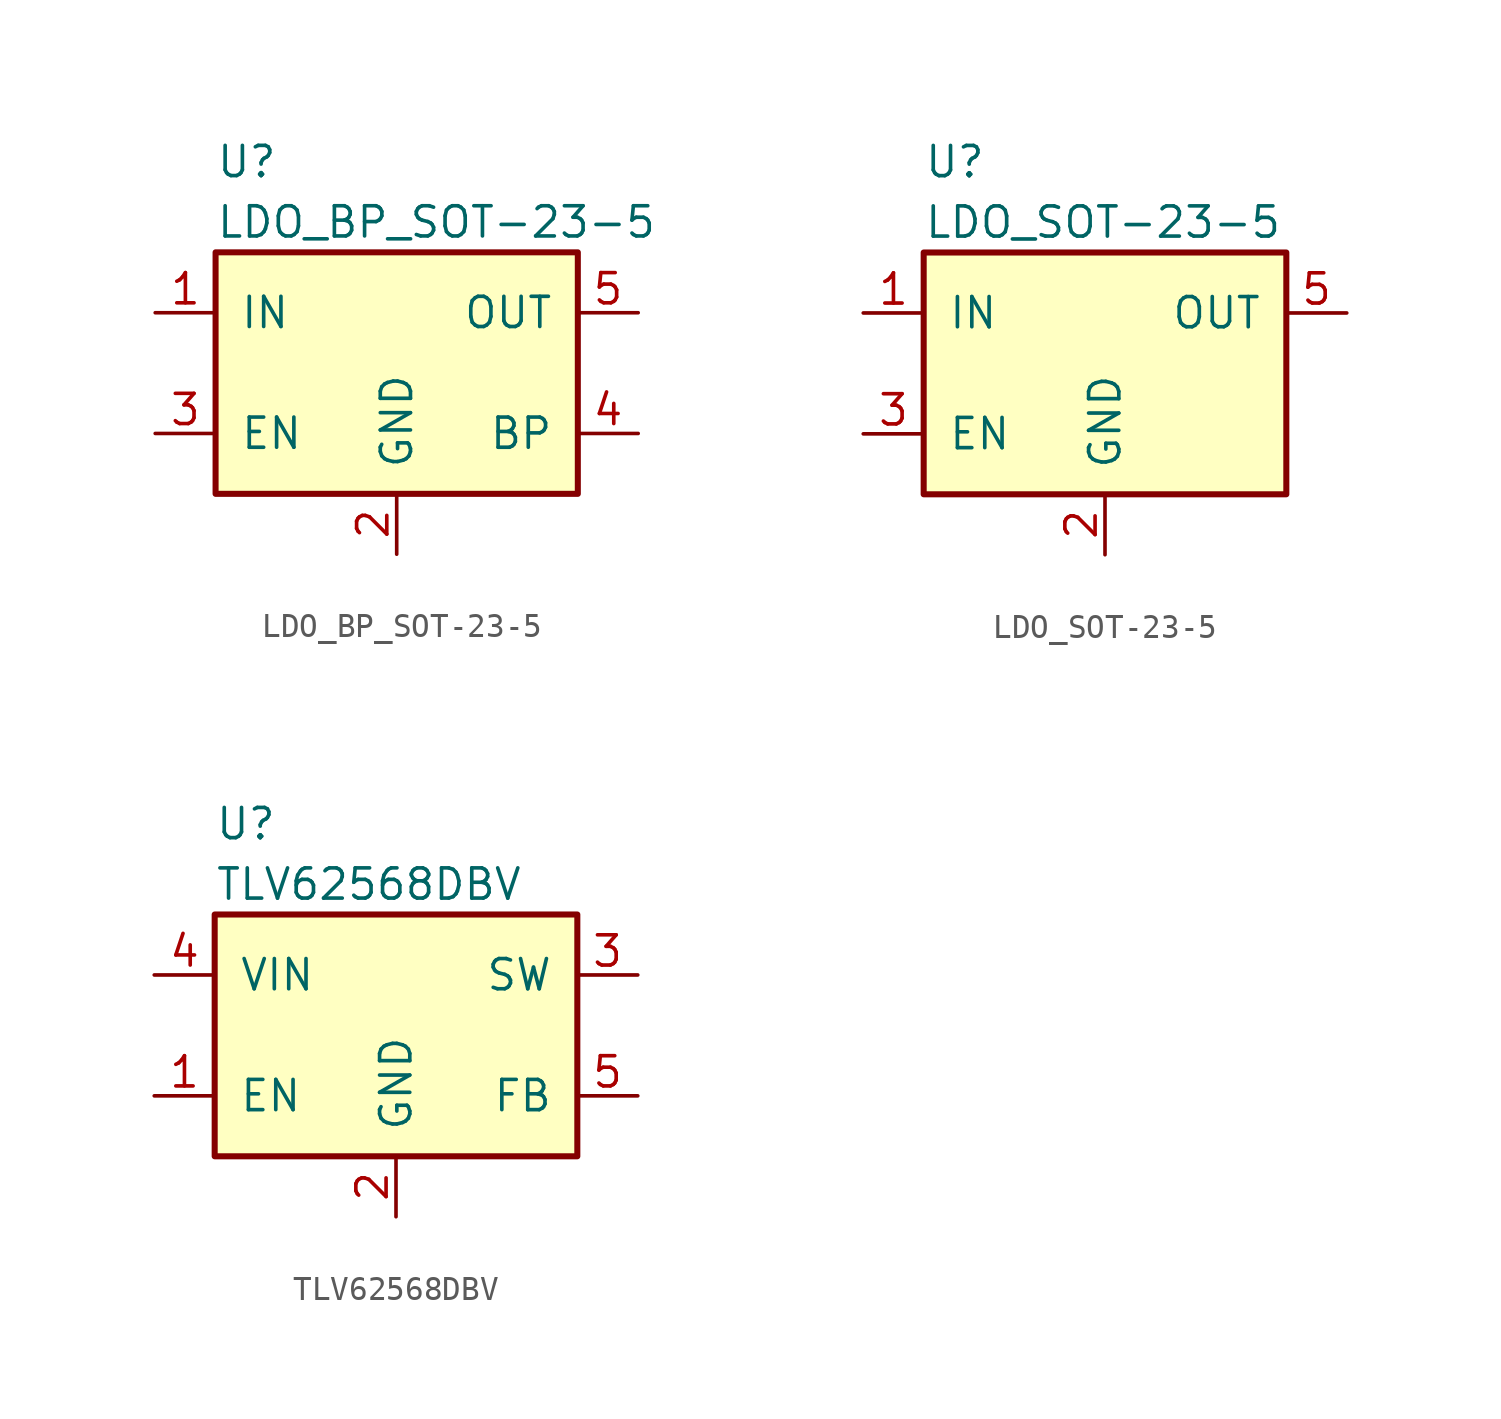
<source format=kicad_sym>
(kicad_symbol_lib
  (version 20231120)
  (generator "kicad_symbol_editor")
  (generator_version "8.0")
  (symbol "LDO_BP_SOT-23-5"
    (pin_names
      (offset 1.016))
    (property "Reference" "U"
      (at -7.62 7.62 0)
      (effects (font (size 1.27 1.27)) (justify left)))
    (property "Value" "LDO_BP_SOT-23-5"
      (at -7.62 5.08 0)
      (effects (font (size 1.27 1.27)) (justify left)))
    (symbol "LDO_BP_SOT-23-5_0_1"
      (rectangle (start -7.62 3.81) (end 7.62 -6.35) (stroke (width 0.254) (type solid)) (fill (type background))))
    (symbol "LDO_BP_SOT-23-5_1_1"
      (pin power_in line (at -10.16 1.27 0) (length 2.54) (name "IN" (effects (font (size 1.27 1.27)))) (number "1" (effects (font (size 1.27 1.27)))))
      (pin power_in line (at 0 -8.89 90) (length 2.54) (name "GND" (effects (font (size 1.27 1.27)))) (number "2" (effects (font (size 1.27 1.27)))))
      (pin input line (at -10.16 -3.81 0) (length 2.54) (name "EN" (effects (font (size 1.27 1.27)))) (number "3" (effects (font (size 1.27 1.27)))))
      (pin output line (at 10.16 -3.81 180) (length 2.54) (name "BP" (effects (font (size 1.27 1.27)))) (number "4" (effects (font (size 1.27 1.27)))))
      (pin power_out line (at 10.16 1.27 180) (length 2.54) (name "OUT" (effects (font (size 1.27 1.27)))) (number "5" (effects (font (size 1.27 1.27)))))))
  (symbol "LDO_SOT-23-5"
    (pin_names
      (offset 1.016))
    (property "Reference" "U"
      (at -7.62 7.62 0)
      (effects (font (size 1.27 1.27)) (justify left)))
    (property "Value" "LDO_SOT-23-5"
      (at -7.62 5.08 0)
      (effects (font (size 1.27 1.27)) (justify left)))
    (symbol "LDO_SOT-23-5_0_1"
      (rectangle (start -7.62 3.81) (end 7.62 -6.35) (stroke (width 0.254) (type solid)) (fill (type background))))
    (symbol "LDO_SOT-23-5_1_1"
      (pin power_in line (at -10.16 1.27 0) (length 2.54) (name "IN" (effects (font (size 1.27 1.27)))) (number "1" (effects (font (size 1.27 1.27)))))
      (pin power_in line (at 0 -8.89 90) (length 2.54) (name "GND" (effects (font (size 1.27 1.27)))) (number "2" (effects (font (size 1.27 1.27)))))
      (pin input line (at -10.16 -3.81 0) (length 2.54) (name "EN" (effects (font (size 1.27 1.27)))) (number "3" (effects (font (size 1.27 1.27)))))
      (pin power_out line (at 10.16 1.27 180) (length 2.54) (name "OUT" (effects (font (size 1.27 1.27)))) (number "5" (effects (font (size 1.27 1.27)))))))
  (symbol "TLV62568DBV"
    (pin_names
      (offset 1.016))
    (property "Reference" "U"
      (at -7.62 7.62 0)
      (effects (font (size 1.27 1.27)) (justify left)))
    (property "Value" "TLV62568DBV"
      (at -7.62 5.08 0)
      (effects (font (size 1.27 1.27)) (justify left)))
    (symbol "TLV62568DBV_0_1"
      (rectangle (start -7.62 3.81) (end 7.62 -6.35) (stroke (width 0.254) (type solid)) (fill (type background))))
    (symbol "TLV62568DBV_1_1"
      (pin input line (at -10.16 -3.81 0) (length 2.54) (name "EN" (effects (font (size 1.27 1.27)))) (number "1" (effects (font (size 1.27 1.27)))))
      (pin power_in line (at 0 -8.89 90) (length 2.54) (name "GND" (effects (font (size 1.27 1.27)))) (number "2" (effects (font (size 1.27 1.27)))))
      (pin power_out line (at 10.16 1.27 180) (length 2.54) (name "SW" (effects (font (size 1.27 1.27)))) (number "3" (effects (font (size 1.27 1.27)))))
      (pin power_in line (at -10.16 1.27 0) (length 2.54) (name "VIN" (effects (font (size 1.27 1.27)))) (number "4" (effects (font (size 1.27 1.27)))))
      (pin output line (at 10.16 -3.81 180) (length 2.54) (name "FB" (effects (font (size 1.27 1.27)))) (number "5" (effects (font (size 1.27 1.27))))))))
</source>
